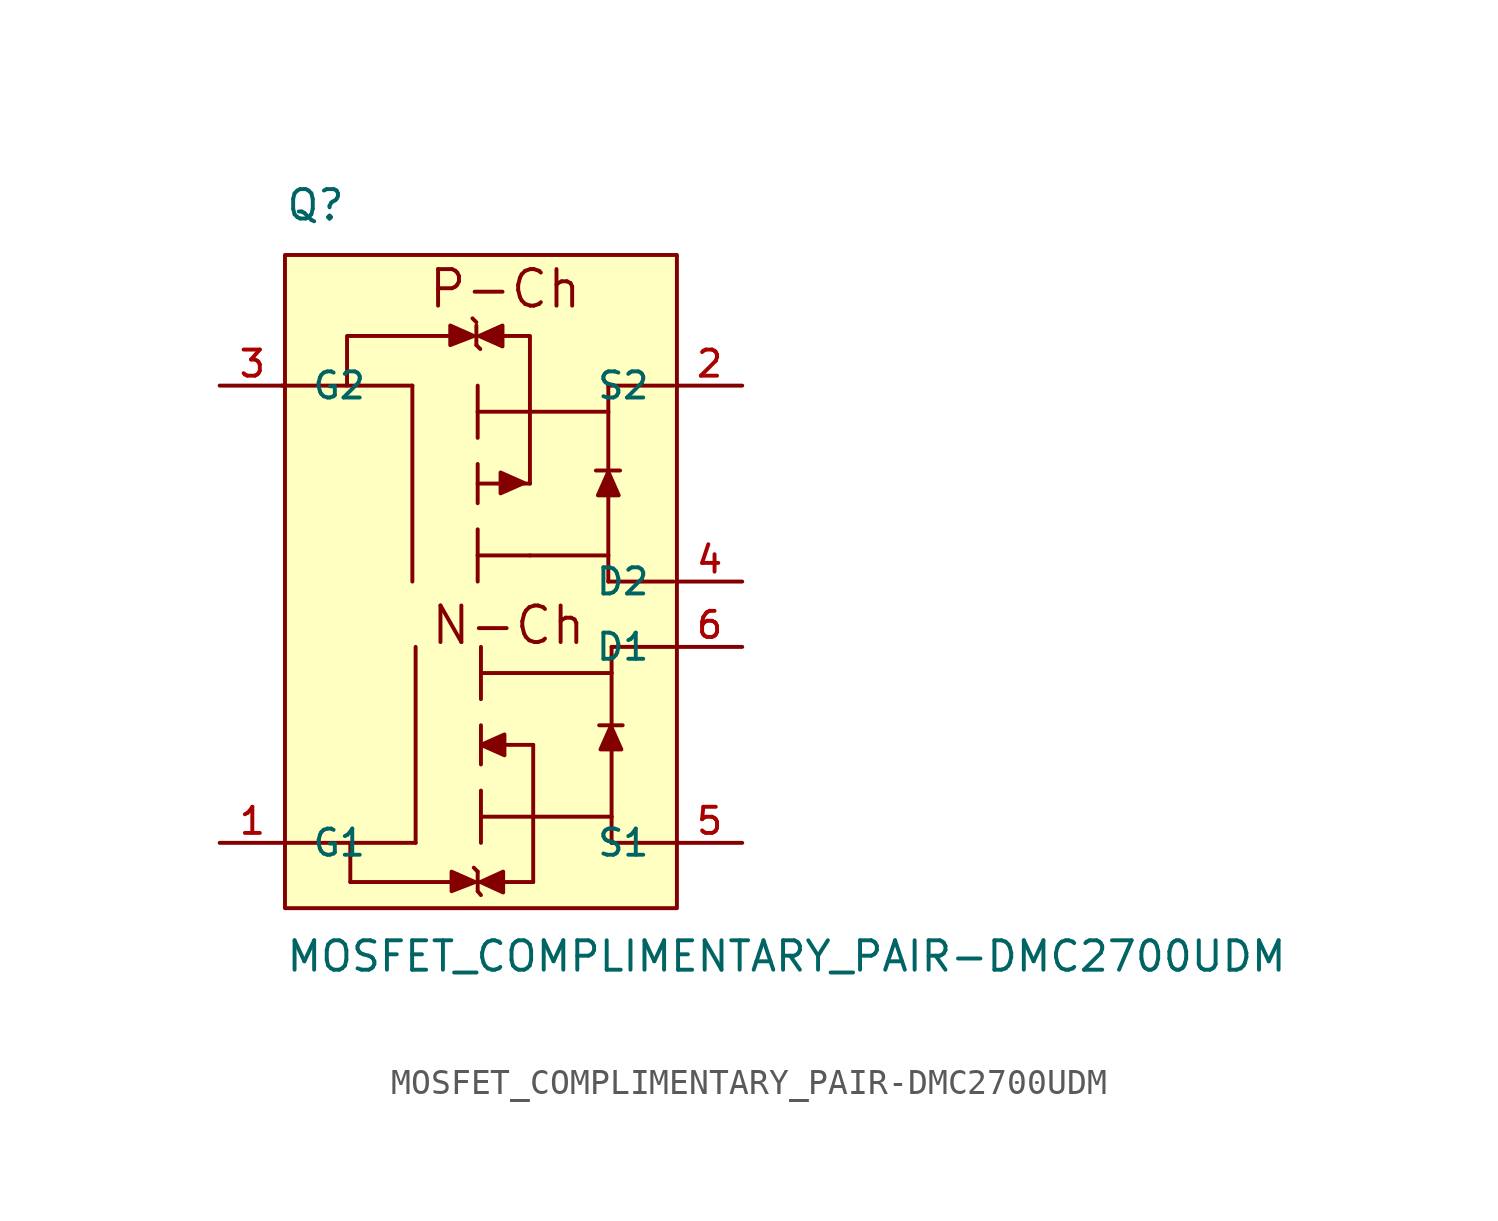
<source format=kicad_sym>
(kicad_symbol_lib
  (version 20220914)
  (generator kicad_symbol_editor)
  (symbol "MOSFET_COMPLIMENTARY_PAIR-DMC2700UDM"
    (pin_names
      (offset 1.016))
    (property "Reference" "Q"
      (at -7.62 13.97 0)
      (effects (font (size 1.143 1.143)) (justify left bottom)))
    (property "Value" "MOSFET_COMPLIMENTARY_PAIR-DMC2700UDM"
      (at -7.62 -15.24 0)
      (effects (font (size 1.143 1.143)) (justify left bottom)))
    (symbol "MOSFET_COMPLIMENTARY_PAIR-DMC2700UDM_1_0"
      (polyline (pts (xy -7.62 -10.16) (xy -5.08 -10.16)) (stroke (width 0) (type solid)) (fill (type none)))
      (polyline (pts (xy -5.207 7.62) (xy -7.747 7.62)) (stroke (width 0) (type solid)) (fill (type none)))
      (polyline (pts (xy -5.207 9.525) (xy -5.207 7.645)) (stroke (width 0) (type solid)) (fill (type none)))
      (polyline (pts (xy -5.08 -10.16) (xy -5.08 -11.684)) (stroke (width 0) (type solid)) (fill (type none)))
      (polyline (pts (xy -5.08 -10.16) (xy -2.54 -10.16)) (stroke (width 0) (type solid)) (fill (type none)))
      (polyline (pts (xy -2.667 0) (xy -2.667 7.62)) (stroke (width 0) (type solid)) (fill (type none)))
      (polyline (pts (xy -2.667 7.62) (xy -5.207 7.62)) (stroke (width 0) (type solid)) (fill (type none)))
      (polyline (pts (xy -2.54 -10.16) (xy -2.54 -2.54)) (stroke (width 0) (type solid)) (fill (type none)))
      (polyline (pts (xy -1.194 9.55) (xy -5.207 9.55)) (stroke (width 0) (type solid)) (fill (type none)))
      (polyline (pts (xy -1.168 -11.684) (xy -5.08 -11.684)) (stroke (width 0) (type solid)) (fill (type none)))
      (polyline (pts (xy -0.178 9.195) (xy -0.025 9.042)) (stroke (width 0) (type solid)) (fill (type none)))
      (polyline (pts (xy -0.178 9.957) (xy -0.178 9.195)) (stroke (width 0) (type solid)) (fill (type none)))
      (polyline (pts (xy -0.178 10.084) (xy -0.33 10.236)) (stroke (width 0) (type solid)) (fill (type none)))
      (polyline (pts (xy -0.127 -12.04) (xy 0 -12.192)) (stroke (width 0) (type solid)) (fill (type none)))
      (polyline (pts (xy -0.127 -11.278) (xy -0.279 -11.125)) (stroke (width 0) (type solid)) (fill (type none)))
      (polyline (pts (xy -0.127 -11.278) (xy -0.127 -12.04)) (stroke (width 0) (type solid)) (fill (type none)))
      (polyline (pts (xy -0.127 1.016) (xy -0.127 0)) (stroke (width 0) (type solid)) (fill (type none)))
      (polyline (pts (xy -0.127 1.016) (xy 1.905 1.016)) (stroke (width 0) (type solid)) (fill (type none)))
      (polyline (pts (xy -0.127 2.032) (xy -0.127 1.016)) (stroke (width 0) (type solid)) (fill (type none)))
      (polyline (pts (xy -0.127 4.572) (xy -0.127 3.048)) (stroke (width 0) (type solid)) (fill (type none)))
      (polyline (pts (xy -0.127 6.604) (xy -0.127 5.588)) (stroke (width 0) (type solid)) (fill (type none)))
      (polyline (pts (xy -0.127 6.604) (xy 4.953 6.604)) (stroke (width 0) (type solid)) (fill (type none)))
      (polyline (pts (xy -0.127 7.62) (xy -0.127 6.604)) (stroke (width 0) (type solid)) (fill (type none)))
      (polyline (pts (xy 0 -9.144) (xy 0 -10.16)) (stroke (width 0) (type solid)) (fill (type none)))
      (polyline (pts (xy 0 -9.144) (xy 2.032 -9.144)) (stroke (width 0) (type solid)) (fill (type none)))
      (polyline (pts (xy 0 -8.128) (xy 0 -9.144)) (stroke (width 0) (type solid)) (fill (type none)))
      (polyline (pts (xy 0 -6.35) (xy 0 -7.112)) (stroke (width 0) (type solid)) (fill (type none)))
      (polyline (pts (xy 0 -5.588) (xy 0 -6.35)) (stroke (width 0) (type solid)) (fill (type none)))
      (polyline (pts (xy 0 -3.556) (xy 0 -4.572)) (stroke (width 0) (type solid)) (fill (type none)))
      (polyline (pts (xy 0 -3.556) (xy 5.08 -3.556)) (stroke (width 0) (type solid)) (fill (type none)))
      (polyline (pts (xy 0 -2.54) (xy 0 -3.556)) (stroke (width 0) (type solid)) (fill (type none)))
      (polyline (pts (xy 0.838 9.55) (xy 1.905 9.55)) (stroke (width 0) (type solid)) (fill (type none)))
      (polyline (pts (xy 0.889 -11.684) (xy 2.032 -11.684)) (stroke (width 0) (type solid)) (fill (type none)))
      (polyline (pts (xy 1.143 3.81) (xy -0.127 3.81)) (stroke (width 0) (type solid)) (fill (type none)))
      (polyline (pts (xy 1.905 3.81) (xy 1.651 3.81)) (stroke (width 0) (type solid)) (fill (type none)))
      (polyline (pts (xy 1.905 3.81) (xy 1.905 6.604)) (stroke (width 0) (type solid)) (fill (type none)))
      (polyline (pts (xy 1.905 9.525) (xy 1.905 6.629)) (stroke (width 0) (type solid)) (fill (type none)))
      (polyline (pts (xy 2.032 -9.144) (xy 2.032 -11.684)) (stroke (width 0) (type solid)) (fill (type none)))
      (polyline (pts (xy 2.032 -9.144) (xy 2.032 -6.35)) (stroke (width 0) (type solid)) (fill (type none)))
      (polyline (pts (xy 2.032 -6.35) (xy 0.914 -6.35)) (stroke (width 0) (type solid)) (fill (type none)))
      (polyline (pts (xy 4.47 4.318) (xy 4.953 4.318)) (stroke (width 0) (type solid)) (fill (type none)))
      (polyline (pts (xy 4.953 0) (xy 4.953 1.016)) (stroke (width 0) (type solid)) (fill (type none)))
      (polyline (pts (xy 4.953 1.016) (xy 1.905 1.016)) (stroke (width 0) (type solid)) (fill (type none)))
      (polyline (pts (xy 4.953 3.302) (xy 4.953 1.016)) (stroke (width 0) (type solid)) (fill (type none)))
      (polyline (pts (xy 4.953 4.318) (xy 5.41 4.318)) (stroke (width 0) (type solid)) (fill (type none)))
      (polyline (pts (xy 4.953 6.604) (xy 4.953 4.293)) (stroke (width 0) (type solid)) (fill (type none)))
      (polyline (pts (xy 4.953 7.62) (xy 4.953 6.604)) (stroke (width 0) (type solid)) (fill (type none)))
      (polyline (pts (xy 5.08 -10.16) (xy 5.08 -9.144)) (stroke (width 0) (type solid)) (fill (type none)))
      (polyline (pts (xy 5.08 -9.144) (xy 2.032 -9.144)) (stroke (width 0) (type solid)) (fill (type none)))
      (polyline (pts (xy 5.08 -6.579) (xy 5.08 -9.144)) (stroke (width 0) (type solid)) (fill (type none)))
      (polyline (pts (xy 5.08 -5.588) (xy 4.597 -5.588)) (stroke (width 0) (type solid)) (fill (type none)))
      (polyline (pts (xy 5.08 -5.588) (xy 5.512 -5.588)) (stroke (width 0) (type solid)) (fill (type none)))
      (polyline (pts (xy 5.08 -3.556) (xy 5.08 -5.588)) (stroke (width 0) (type solid)) (fill (type none)))
      (polyline (pts (xy 5.08 -2.54) (xy 5.08 -3.556)) (stroke (width 0) (type solid)) (fill (type none)))
      (polyline (pts (xy 7.493 0) (xy 4.953 0)) (stroke (width 0) (type solid)) (fill (type none)))
      (polyline (pts (xy 7.493 7.62) (xy 4.953 7.62)) (stroke (width 0) (type solid)) (fill (type none)))
      (polyline (pts (xy 7.62 -10.16) (xy 5.08 -10.16)) (stroke (width 0) (type solid)) (fill (type none)))
      (polyline (pts (xy 7.62 -2.54) (xy 5.08 -2.54)) (stroke (width 0) (type solid)) (fill (type none)))
      (text "N-Ch" (at 1.067 -1.702 0) (effects (font (size 1.422 1.422))))
      (text "P-Ch" (at 0.94 11.379 0) (effects (font (size 1.422 1.422)))))
    (symbol "MOSFET_COMPLIMENTARY_PAIR-DMC2700UDM_1_1"
      (polyline (pts (xy -0.279 9.55) (xy -1.194 9.195) (xy -1.194 9.195) (xy -1.194 9.957) (xy -1.194 9.957) (xy -0.279 9.55)) (stroke (width 0) (type solid)) (fill (type outline)))
      (polyline (pts (xy -0.229 -11.684) (xy -1.143 -12.04) (xy -1.143 -12.04) (xy -1.143 -11.278) (xy -1.143 -11.278) (xy -0.229 -11.684)) (stroke (width 0) (type solid)) (fill (type outline)))
      (polyline (pts (xy -0.076 9.55) (xy 0.838 9.957) (xy 0.838 9.957) (xy 0.838 9.144) (xy 0.838 9.144) (xy -0.076 9.55)) (stroke (width 0) (type solid)) (fill (type outline)))
      (polyline (pts (xy -0.025 -11.684) (xy 0.864 -11.278) (xy 0.864 -11.278) (xy 0.864 -12.09) (xy 0.864 -12.09) (xy -0.025 -11.684)) (stroke (width 0) (type solid)) (fill (type outline)))
      (polyline (pts (xy 0 -6.35) (xy 0.914 -5.944) (xy 0.914 -5.944) (xy 0.914 -6.756) (xy 0.914 -6.756) (xy 0 -6.35)) (stroke (width 0) (type solid)) (fill (type outline)))
      (polyline (pts (xy 1.676 3.835) (xy 0.762 3.429) (xy 0.762 3.429) (xy 0.762 4.242) (xy 0.762 4.242) (xy 1.676 3.835)) (stroke (width 0) (type solid)) (fill (type outline)))
      (polyline (pts (xy 4.953 4.267) (xy 5.359 3.353) (xy 5.359 3.353) (xy 4.547 3.353) (xy 4.547 3.353) (xy 4.953 4.267)) (stroke (width 0) (type solid)) (fill (type outline)))
      (polyline (pts (xy 5.055 -5.613) (xy 5.461 -6.528) (xy 5.461 -6.528) (xy 4.648 -6.528) (xy 4.648 -6.528) (xy 5.055 -5.613)) (stroke (width 0) (type solid)) (fill (type outline)))
      (polyline (pts (xy -7.62 12.7) (xy -7.62 2.54) (xy -7.62 -10.16) (xy -7.62 -12.7) (xy 7.62 -12.7) (xy 7.62 -10.16) (xy 7.62 -2.54) (xy 7.62 2.54) (xy 7.62 10.16) (xy 7.62 12.7) (xy -7.62 12.7)) (stroke (width 0) (type solid)) (fill (type background)))
      (pin bidirectional line (at -10.16 -10.16 0) (length 2.54) (name "G1" (effects (font (size 1.016 1.016)))) (number "1" (effects (font (size 1.016 1.016)))))
      (pin bidirectional line (at 10.16 7.62 180) (length 2.54) (name "S2" (effects (font (size 1.016 1.016)))) (number "2" (effects (font (size 1.016 1.016)))))
      (pin bidirectional line (at -10.16 7.62 0) (length 2.54) (name "G2" (effects (font (size 1.016 1.016)))) (number "3" (effects (font (size 1.016 1.016)))))
      (pin bidirectional line (at 10.16 0 180) (length 2.54) (name "D2" (effects (font (size 1.016 1.016)))) (number "4" (effects (font (size 1.016 1.016)))))
      (pin bidirectional line (at 10.16 -10.16 180) (length 2.54) (name "S1" (effects (font (size 1.016 1.016)))) (number "5" (effects (font (size 1.016 1.016)))))
      (pin bidirectional line (at 10.16 -2.54 180) (length 2.54) (name "D1" (effects (font (size 1.016 1.016)))) (number "6" (effects (font (size 1.016 1.016))))))))
</source>
